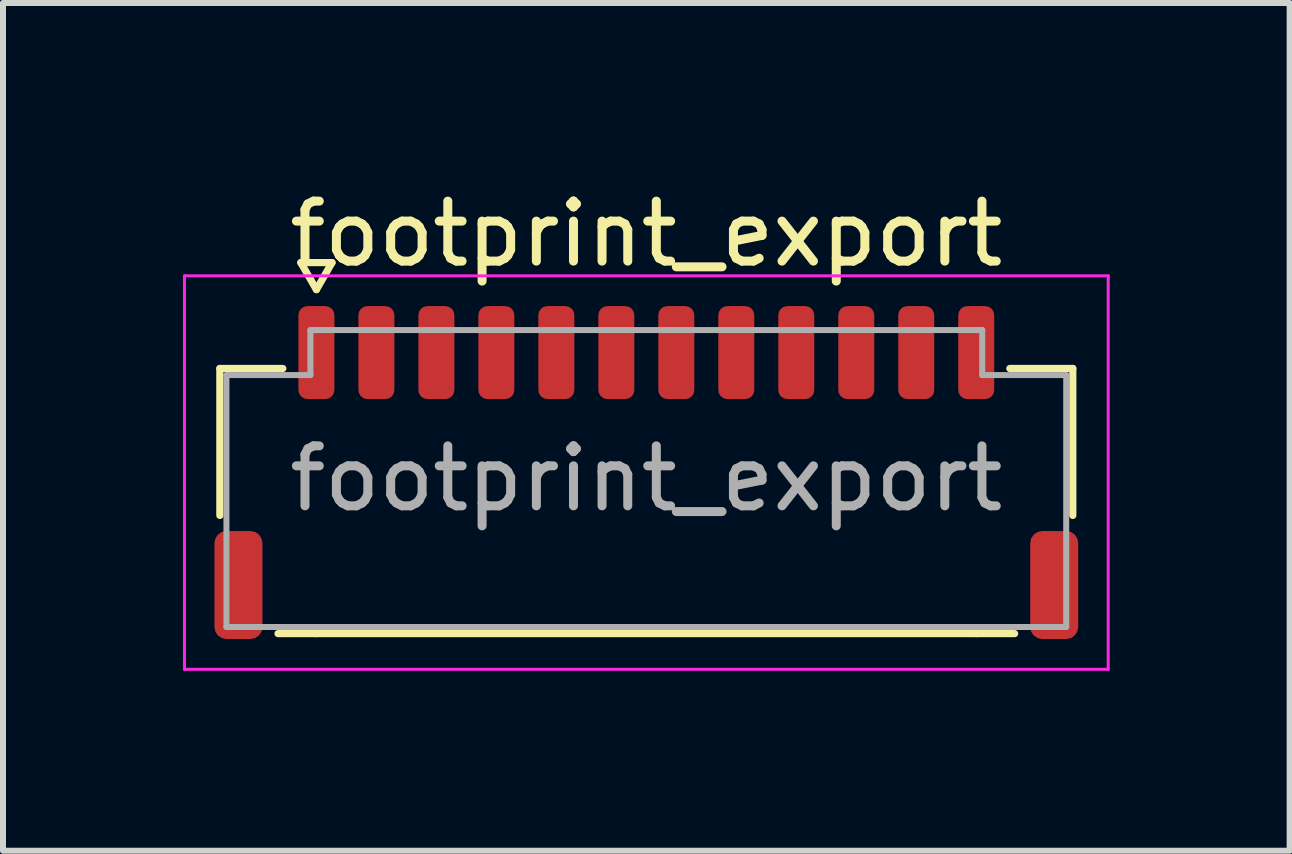
<source format=kicad_pcb>
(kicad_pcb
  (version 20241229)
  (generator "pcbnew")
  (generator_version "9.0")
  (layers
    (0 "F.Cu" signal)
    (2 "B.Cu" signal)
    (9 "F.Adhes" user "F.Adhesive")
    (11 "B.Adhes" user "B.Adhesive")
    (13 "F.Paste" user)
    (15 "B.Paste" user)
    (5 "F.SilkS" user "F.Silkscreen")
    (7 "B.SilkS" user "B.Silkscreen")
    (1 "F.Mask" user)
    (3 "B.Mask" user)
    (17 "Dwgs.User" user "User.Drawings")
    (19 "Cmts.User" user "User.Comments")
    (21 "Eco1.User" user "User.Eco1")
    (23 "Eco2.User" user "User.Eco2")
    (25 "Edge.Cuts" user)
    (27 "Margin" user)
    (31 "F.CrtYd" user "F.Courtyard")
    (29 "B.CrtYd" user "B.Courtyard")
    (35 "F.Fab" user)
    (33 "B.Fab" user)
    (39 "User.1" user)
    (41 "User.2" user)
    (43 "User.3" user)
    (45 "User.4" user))
  (footprint "footprint_export"
    (layer "F.Cu")
    (at 7.725 4.928)
    (property "Reference" "footprint_export" (at 0 -4.08 0) (layer "F.SilkS") (effects (font (size 1 1) (thickness 0.15))))
    (attr smd)
    (fp_line (start -7.11 -1.835) (end -6.06 -1.835) (stroke (width 0.12) (type solid)) (layer "F.SilkS"))
    (fp_line (start -7.11 0.615) (end -7.11 -1.835) (stroke (width 0.12) (type solid)) (layer "F.SilkS"))
    (fp_line (start -5.76 -3.6) (end -5.5 -3.15) (stroke (width 0.12) (type solid)) (layer "F.SilkS"))
    (fp_line (start -5.5 -3.15) (end -5.24 -3.6) (stroke (width 0.12) (type solid)) (layer "F.SilkS"))
    (fp_line (start -5.5 2.585) (end -6.14 2.585) (stroke (width 0.12) (type solid)) (layer "F.SilkS"))
    (fp_line (start -5.24 -3.6) (end -5.76 -3.6) (stroke (width 0.12) (type solid)) (layer "F.SilkS"))
    (fp_line (start 5.5 2.585) (end -5.5 2.585) (stroke (width 0.12) (type solid)) (layer "F.SilkS"))
    (fp_line (start 6.06 -1.835) (end 7.11 -1.835) (stroke (width 0.12) (type solid)) (layer "F.SilkS"))
    (fp_line (start 6.14 2.585) (end 5.5 2.585) (stroke (width 0.12) (type solid)) (layer "F.SilkS"))
    (fp_line (start 7.11 -1.835) (end 7.11 0.615) (stroke (width 0.12) (type solid)) (layer "F.SilkS"))
    (fp_line (start -7.7 -3.38) (end -7.7 3.18) (stroke (width 0.05) (type solid)) (layer "F.CrtYd"))
    (fp_line (start -7.7 3.18) (end 7.7 3.18) (stroke (width 0.05) (type solid)) (layer "F.CrtYd"))
    (fp_line (start 7.7 -3.38) (end -7.7 -3.38) (stroke (width 0.05) (type solid)) (layer "F.CrtYd"))
    (fp_line (start 7.7 3.18) (end 7.7 -3.38) (stroke (width 0.05) (type solid)) (layer "F.CrtYd"))
    (fp_line (start -7 -1.725) (end -5.6 -1.725) (stroke (width 0.1) (type solid)) (layer "F.Fab"))
    (fp_line (start -7 2.475) (end -7 -1.725) (stroke (width 0.1) (type solid)) (layer "F.Fab"))
    (fp_line (start -5.6 -2.475) (end -5.5 -2.475) (stroke (width 0.1) (type solid)) (layer "F.Fab"))
    (fp_line (start -5.6 -1.725) (end -5.6 -2.475) (stroke (width 0.1) (type solid)) (layer "F.Fab"))
    (fp_line (start -5.5 -2.475) (end 5.5 -2.475) (stroke (width 0.1) (type solid)) (layer "F.Fab"))
    (fp_line (start -5.5 2.475) (end -7 2.475) (stroke (width 0.1) (type solid)) (layer "F.Fab"))
    (fp_line (start 5.5 -2.475) (end 5.6 -2.475) (stroke (width 0.1) (type solid)) (layer "F.Fab"))
    (fp_line (start 5.5 2.475) (end -5.5 2.475) (stroke (width 0.1) (type solid)) (layer "F.Fab"))
    (fp_line (start 5.6 -2.475) (end 5.6 -1.725) (stroke (width 0.1) (type solid)) (layer "F.Fab"))
    (fp_line (start 5.6 -1.725) (end 7 -1.725) (stroke (width 0.1) (type solid)) (layer "F.Fab"))
    (fp_line (start 7 -1.725) (end 7 2.475) (stroke (width 0.1) (type solid)) (layer "F.Fab"))
    (fp_line (start 7 2.475) (end 5.5 2.475) (stroke (width 0.1) (type solid)) (layer "F.Fab"))
    (fp_text user "${REFERENCE}" (at 0 0 0) (layer "F.Fab") (effects (font (size 1 1) (thickness 0.15))))
    (pad "1" smd roundrect (at -5.5 -2.1) (size 0.6 1.55) (layers "F.Cu" "F.Mask" "F.Paste") (roundrect_rratio 0.25))
    (pad "2" smd roundrect (at -4.5 -2.1) (size 0.6 1.55) (layers "F.Cu" "F.Mask" "F.Paste") (roundrect_rratio 0.25))
    (pad "3" smd roundrect (at -3.5 -2.1) (size 0.6 1.55) (layers "F.Cu" "F.Mask" "F.Paste") (roundrect_rratio 0.25))
    (pad "4" smd roundrect (at -2.5 -2.1) (size 0.6 1.55) (layers "F.Cu" "F.Mask" "F.Paste") (roundrect_rratio 0.25))
    (pad "5" smd roundrect (at -1.5 -2.1) (size 0.6 1.55) (layers "F.Cu" "F.Mask" "F.Paste") (roundrect_rratio 0.25))
    (pad "6" smd roundrect (at -0.5 -2.1) (size 0.6 1.55) (layers "F.Cu" "F.Mask" "F.Paste") (roundrect_rratio 0.25))
    (pad "7" smd roundrect (at 0.5 -2.1) (size 0.6 1.55) (layers "F.Cu" "F.Mask" "F.Paste") (roundrect_rratio 0.25))
    (pad "8" smd roundrect (at 1.5 -2.1) (size 0.6 1.55) (layers "F.Cu" "F.Mask" "F.Paste") (roundrect_rratio 0.25))
    (pad "9" smd roundrect (at 2.5 -2.1) (size 0.6 1.55) (layers "F.Cu" "F.Mask" "F.Paste") (roundrect_rratio 0.25))
    (pad "10" smd roundrect (at 3.5 -2.1) (size 0.6 1.55) (layers "F.Cu" "F.Mask" "F.Paste") (roundrect_rratio 0.25))
    (pad "11" smd roundrect (at 4.5 -2.1) (size 0.6 1.55) (layers "F.Cu" "F.Mask" "F.Paste") (roundrect_rratio 0.25))
    (pad "12" smd roundrect (at 5.5 -2.1) (size 0.6 1.55) (layers "F.Cu" "F.Mask" "F.Paste") (roundrect_rratio 0.25))
    (pad "MP" smd roundrect (at -6.8 1.775) (size 0.8 1.8) (layers "F.Cu" "F.Mask" "F.Paste") (roundrect_rratio 0.25))
    (pad "MP" smd roundrect (at 6.8 1.775) (size 0.8 1.8) (layers "F.Cu" "F.Mask" "F.Paste") (roundrect_rratio 0.25)))
  (gr_rect
    (start -3 -3)
    (end 18.45 11.133)
    (stroke (width 0.1) (type default))
    (fill no)
    (layer "Edge.Cuts")))
</source>
